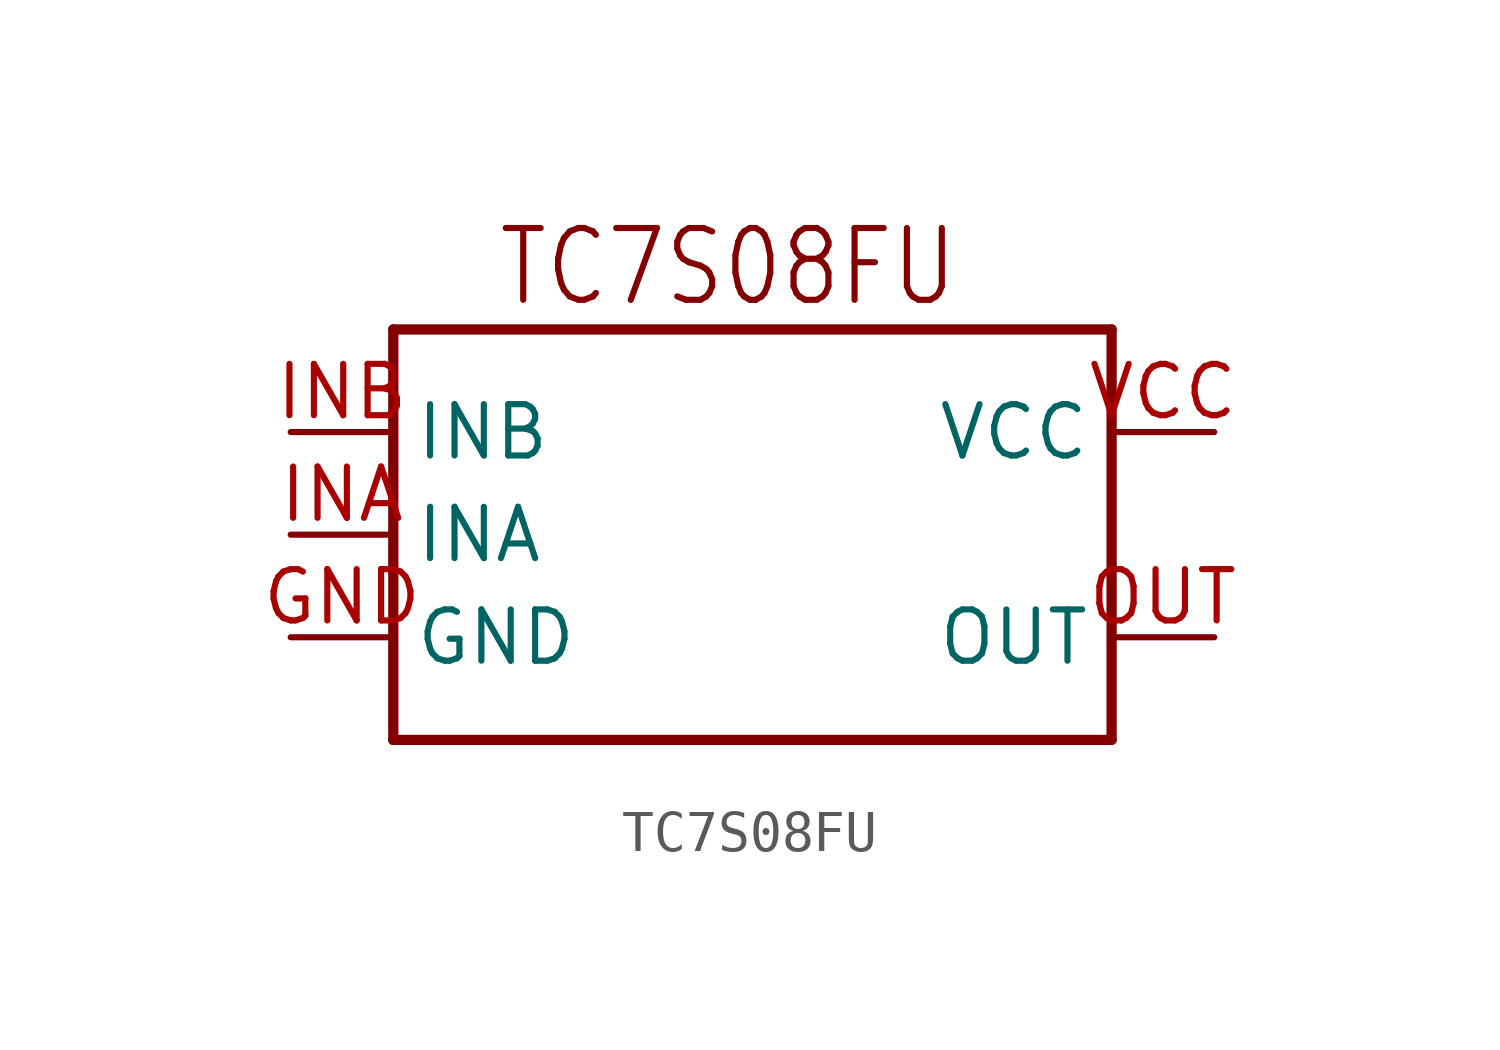
<source format=kicad_sym>
(kicad_symbol_lib
  (version 20211014)
  (generator kicad_symbol_editor)
  (symbol "TC7S08FU"
    (property "Reference" ""
      (at 0 0 0)
      (effects (font (size 1.27 1.27)) hide))
    (property "ki_locked" ""
      (at 0 0 0)
      (effects (font (size 1.27 1.27))))
    (symbol "TC7S08FU_1_0"
      (polyline (pts (xy 0 -7.62) (xy 17.78 -7.62)) (stroke (width 0.254) (type default) (color 0 0 0 0)) (fill (type none)))
      (polyline (pts (xy 0 2.54) (xy 0 -7.62)) (stroke (width 0.254) (type default) (color 0 0 0 0)) (fill (type none)))
      (polyline (pts (xy 17.78 -7.62) (xy 17.78 2.54)) (stroke (width 0.254) (type default) (color 0 0 0 0)) (fill (type none)))
      (polyline (pts (xy 17.78 2.54) (xy 0 2.54)) (stroke (width 0.254) (type default) (color 0 0 0 0)) (fill (type none)))
      (text "TC7S08FU" (at 2.54 3.048 0) (effects (font (size 1.778 1.511)) (justify left bottom)))
      (pin bidirectional line (at -2.54 -5.08 0) (length 2.54) (name "GND" (effects (font (size 1.27 1.27)))) (number "GND" (effects (font (size 1.27 1.27)))))
      (pin bidirectional line (at -2.54 -2.54 0) (length 2.54) (name "INA" (effects (font (size 1.27 1.27)))) (number "INA" (effects (font (size 1.27 1.27)))))
      (pin bidirectional line (at -2.54 0 0) (length 2.54) (name "INB" (effects (font (size 1.27 1.27)))) (number "INB" (effects (font (size 1.27 1.27)))))
      (pin bidirectional line (at 20.32 -5.08 180) (length 2.54) (name "OUT" (effects (font (size 1.27 1.27)))) (number "OUT" (effects (font (size 1.27 1.27)))))
      (pin bidirectional line (at 20.32 0 180) (length 2.54) (name "VCC" (effects (font (size 1.27 1.27)))) (number "VCC" (effects (font (size 1.27 1.27))))))))
</source>
